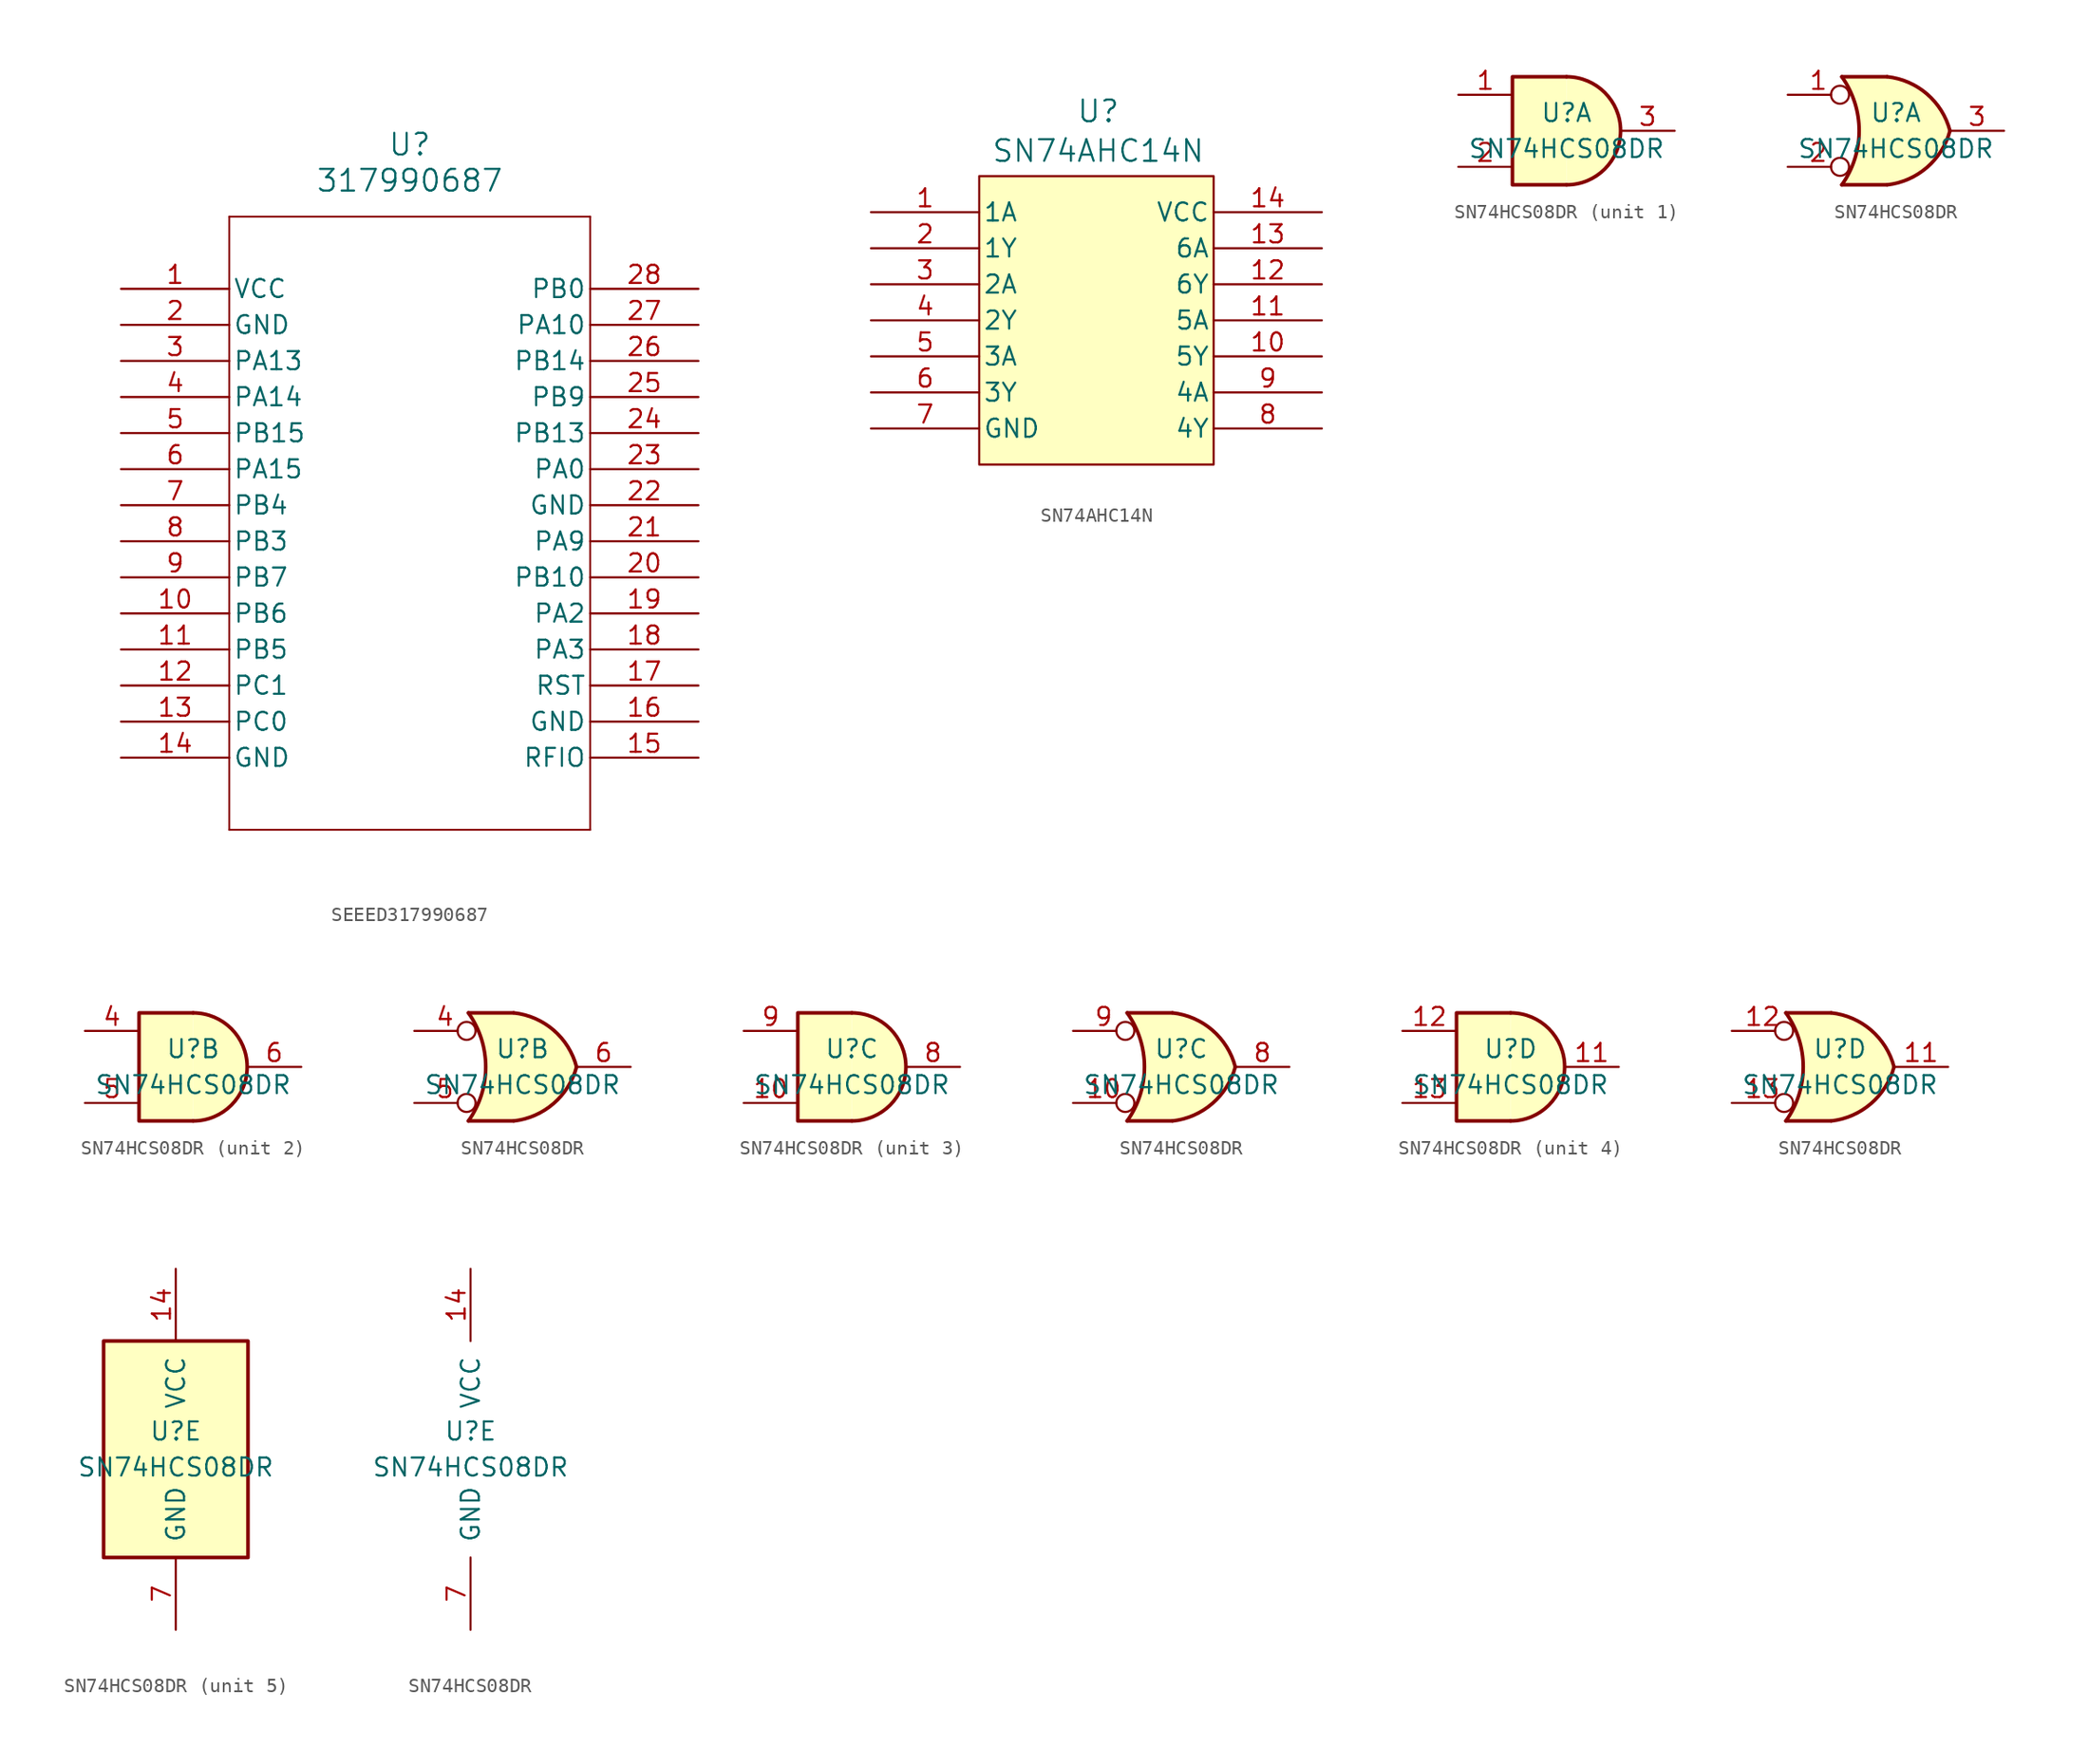
<source format=kicad_sym>
(kicad_symbol_lib
  (version 20241209)
  (generator "kicad_symbol_editor")
  (generator_version "9.0")
  (symbol "SEEED317990687"
    (pin_names
      (offset 0.254))
    (property "Reference" "U"
      (at 20.32 10.16 0)
      (effects (font (size 1.524 1.524))))
    (property "Value" "317990687"
      (at 20.32 7.62 0)
      (effects (font (size 1.524 1.524))))
    (symbol "SEEED317990687_1_1"
      (polyline (pts (xy 7.62 5.08) (xy 7.62 -38.1)) (stroke (width 0.127) (type default)) (fill (type none)))
      (polyline (pts (xy 7.62 -38.1) (xy 33.02 -38.1)) (stroke (width 0.127) (type default)) (fill (type none)))
      (polyline (pts (xy 33.02 5.08) (xy 7.62 5.08)) (stroke (width 0.127) (type default)) (fill (type none)))
      (polyline (pts (xy 33.02 -38.1) (xy 33.02 5.08)) (stroke (width 0.127) (type default)) (fill (type none)))
      (pin power_in line (at 0 0 0) (length 7.62) (name "VCC" (effects (font (size 1.27 1.27)))) (number "1" (effects (font (size 1.27 1.27)))))
      (pin power_out line (at 0 -2.54 0) (length 7.62) (name "GND" (effects (font (size 1.27 1.27)))) (number "2" (effects (font (size 1.27 1.27)))))
      (pin bidirectional line (at 0 -5.08 0) (length 7.62) (name "PA13" (effects (font (size 1.27 1.27)))) (number "3" (effects (font (size 1.27 1.27)))))
      (pin bidirectional line (at 0 -7.62 0) (length 7.62) (name "PA14" (effects (font (size 1.27 1.27)))) (number "4" (effects (font (size 1.27 1.27)))))
      (pin bidirectional line (at 0 -10.16 0) (length 7.62) (name "PB15" (effects (font (size 1.27 1.27)))) (number "5" (effects (font (size 1.27 1.27)))))
      (pin bidirectional line (at 0 -12.7 0) (length 7.62) (name "PA15" (effects (font (size 1.27 1.27)))) (number "6" (effects (font (size 1.27 1.27)))))
      (pin bidirectional line (at 0 -15.24 0) (length 7.62) (name "PB4" (effects (font (size 1.27 1.27)))) (number "7" (effects (font (size 1.27 1.27)))))
      (pin bidirectional line (at 0 -17.78 0) (length 7.62) (name "PB3" (effects (font (size 1.27 1.27)))) (number "8" (effects (font (size 1.27 1.27)))))
      (pin bidirectional line (at 0 -20.32 0) (length 7.62) (name "PB7" (effects (font (size 1.27 1.27)))) (number "9" (effects (font (size 1.27 1.27)))))
      (pin bidirectional line (at 0 -22.86 0) (length 7.62) (name "PB6" (effects (font (size 1.27 1.27)))) (number "10" (effects (font (size 1.27 1.27)))))
      (pin bidirectional line (at 0 -25.4 0) (length 7.62) (name "PB5" (effects (font (size 1.27 1.27)))) (number "11" (effects (font (size 1.27 1.27)))))
      (pin bidirectional line (at 0 -27.94 0) (length 7.62) (name "PC1" (effects (font (size 1.27 1.27)))) (number "12" (effects (font (size 1.27 1.27)))))
      (pin bidirectional line (at 0 -30.48 0) (length 7.62) (name "PC0" (effects (font (size 1.27 1.27)))) (number "13" (effects (font (size 1.27 1.27)))))
      (pin power_out line (at 0 -33.02 0) (length 7.62) (name "GND" (effects (font (size 1.27 1.27)))) (number "14" (effects (font (size 1.27 1.27)))))
      (pin bidirectional line (at 40.64 0 180) (length 7.62) (name "PB0" (effects (font (size 1.27 1.27)))) (number "28" (effects (font (size 1.27 1.27)))))
      (pin bidirectional line (at 40.64 -2.54 180) (length 7.62) (name "PA10" (effects (font (size 1.27 1.27)))) (number "27" (effects (font (size 1.27 1.27)))))
      (pin bidirectional line (at 40.64 -5.08 180) (length 7.62) (name "PB14" (effects (font (size 1.27 1.27)))) (number "26" (effects (font (size 1.27 1.27)))))
      (pin bidirectional line (at 40.64 -7.62 180) (length 7.62) (name "PB9" (effects (font (size 1.27 1.27)))) (number "25" (effects (font (size 1.27 1.27)))))
      (pin bidirectional line (at 40.64 -10.16 180) (length 7.62) (name "PB13" (effects (font (size 1.27 1.27)))) (number "24" (effects (font (size 1.27 1.27)))))
      (pin bidirectional line (at 40.64 -12.7 180) (length 7.62) (name "PA0" (effects (font (size 1.27 1.27)))) (number "23" (effects (font (size 1.27 1.27)))))
      (pin power_out line (at 40.64 -15.24 180) (length 7.62) (name "GND" (effects (font (size 1.27 1.27)))) (number "22" (effects (font (size 1.27 1.27)))))
      (pin bidirectional line (at 40.64 -17.78 180) (length 7.62) (name "PA9" (effects (font (size 1.27 1.27)))) (number "21" (effects (font (size 1.27 1.27)))))
      (pin bidirectional line (at 40.64 -20.32 180) (length 7.62) (name "PB10" (effects (font (size 1.27 1.27)))) (number "20" (effects (font (size 1.27 1.27)))))
      (pin bidirectional line (at 40.64 -22.86 180) (length 7.62) (name "PA2" (effects (font (size 1.27 1.27)))) (number "19" (effects (font (size 1.27 1.27)))))
      (pin bidirectional line (at 40.64 -25.4 180) (length 7.62) (name "PA3" (effects (font (size 1.27 1.27)))) (number "18" (effects (font (size 1.27 1.27)))))
      (pin unspecified line (at 40.64 -27.94 180) (length 7.62) (name "RST" (effects (font (size 1.27 1.27)))) (number "17" (effects (font (size 1.27 1.27)))))
      (pin power_out line (at 40.64 -30.48 180) (length 7.62) (name "GND" (effects (font (size 1.27 1.27)))) (number "16" (effects (font (size 1.27 1.27)))))
      (pin unspecified line (at 40.64 -33.02 180) (length 7.62) (name "RFIO" (effects (font (size 1.27 1.27)))) (number "15" (effects (font (size 1.27 1.27)))))))
  (symbol "SN74AHC14N"
    (pin_names
      (offset 0.254))
    (property "Reference" "U"
      (at 16.002 7.112 0)
      (effects (font (size 1.524 1.524))))
    (property "Value" "SN74AHC14N"
      (at 16.002 4.318 0)
      (effects (font (size 1.524 1.524))))
    (symbol "SN74AHC14N_0_1"
      (pin input line (at 0 0 0) (length 7.62) (name "1A" (effects (font (size 1.27 1.27)))) (number "1" (effects (font (size 1.27 1.27)))))
      (pin output line (at 0 -2.54 0) (length 7.62) (name "1Y" (effects (font (size 1.27 1.27)))) (number "2" (effects (font (size 1.27 1.27)))))
      (pin input line (at 0 -5.08 0) (length 7.62) (name "2A" (effects (font (size 1.27 1.27)))) (number "3" (effects (font (size 1.27 1.27)))))
      (pin output line (at 0 -7.62 0) (length 7.62) (name "2Y" (effects (font (size 1.27 1.27)))) (number "4" (effects (font (size 1.27 1.27)))))
      (pin input line (at 0 -10.16 0) (length 7.62) (name "3A" (effects (font (size 1.27 1.27)))) (number "5" (effects (font (size 1.27 1.27)))))
      (pin output line (at 0 -12.7 0) (length 7.62) (name "3Y" (effects (font (size 1.27 1.27)))) (number "6" (effects (font (size 1.27 1.27)))))
      (pin power_in line (at 0 -15.24 0) (length 7.62) (name "GND" (effects (font (size 1.27 1.27)))) (number "7" (effects (font (size 1.27 1.27)))))
      (pin power_in line (at 31.75 0 180) (length 7.62) (name "VCC" (effects (font (size 1.27 1.27)))) (number "14" (effects (font (size 1.27 1.27)))))
      (pin input line (at 31.75 -2.54 180) (length 7.62) (name "6A" (effects (font (size 1.27 1.27)))) (number "13" (effects (font (size 1.27 1.27)))))
      (pin output line (at 31.75 -5.08 180) (length 7.62) (name "6Y" (effects (font (size 1.27 1.27)))) (number "12" (effects (font (size 1.27 1.27)))))
      (pin input line (at 31.75 -7.62 180) (length 7.62) (name "5A" (effects (font (size 1.27 1.27)))) (number "11" (effects (font (size 1.27 1.27)))))
      (pin output line (at 31.75 -10.16 180) (length 7.62) (name "5Y" (effects (font (size 1.27 1.27)))) (number "10" (effects (font (size 1.27 1.27)))))
      (pin input line (at 31.75 -12.7 180) (length 7.62) (name "4A" (effects (font (size 1.27 1.27)))) (number "9" (effects (font (size 1.27 1.27)))))
      (pin output line (at 31.75 -15.24 180) (length 7.62) (name "4Y" (effects (font (size 1.27 1.27)))) (number "8" (effects (font (size 1.27 1.27))))))
    (symbol "SN74AHC14N_1_1"
      (rectangle (start 7.62 2.54) (end 24.13 -17.78) (stroke (width 0) (type default)) (fill (type background)))))
  (symbol "SN74HCS08DR"
    (pin_names
      (offset 1.016))
    (property "Reference" "U"
      (at 0 1.27 0)
      (effects (font (size 1.27 1.27))))
    (property "Value" "SN74HCS08DR"
      (at 0 -1.27 0)
      (effects (font (size 1.27 1.27))))
    (property "ki_locked" ""
      (at 0 0 0)
      (effects (font (size 1.27 1.27))))
    (symbol "SN74HCS08DR_1_1"
      (arc (start 0 3.81) (mid 3.7934 0) (end 0 -3.81) (stroke (width 0.254) (type default)) (fill (type background)))
      (polyline (pts (xy 0 3.81) (xy -3.81 3.81) (xy -3.81 -3.81) (xy 0 -3.81)) (stroke (width 0.254) (type default)) (fill (type background)))
      (pin input line (at -7.62 2.54 0) (length 3.81) (name "~" (effects (font (size 1.27 1.27)))) (number "1" (effects (font (size 1.27 1.27)))))
      (pin input line (at -7.62 -2.54 0) (length 3.81) (name "~" (effects (font (size 1.27 1.27)))) (number "2" (effects (font (size 1.27 1.27)))))
      (pin output line (at 7.62 0 180) (length 3.81) (name "~" (effects (font (size 1.27 1.27)))) (number "3" (effects (font (size 1.27 1.27))))))
    (symbol "SN74HCS08DR_1_2"
      (arc (start -3.81 3.81) (mid -2.589 0) (end -3.81 -3.81) (stroke (width 0.254) (type default)) (fill (type none)))
      (polyline (pts (xy -3.81 3.81) (xy -0.635 3.81)) (stroke (width 0.254) (type default)) (fill (type background)))
      (polyline (pts (xy -3.81 -3.81) (xy -0.635 -3.81)) (stroke (width 0.254) (type default)) (fill (type background)))
      (arc (start 3.81 0) (mid 2.1855 -2.584) (end -0.6096 -3.81) (stroke (width 0.254) (type default)) (fill (type background)))
      (arc (start -0.6096 3.81) (mid 2.1928 2.5924) (end 3.81 0) (stroke (width 0.254) (type default)) (fill (type background)))
      (polyline (pts (xy -0.635 3.81) (xy -3.81 3.81) (xy -3.81 3.81) (xy -3.556 3.404) (xy -3.023 2.261) (xy -2.692 1.041) (xy -2.616 -0.254) (xy -2.769 -1.499) (xy -3.175 -2.718) (xy -3.81 -3.81) (xy -3.81 -3.81) (xy -0.635 -3.81)) (stroke (width -25.4) (type default)) (fill (type background)))
      (pin input inverted (at -7.62 2.54 0) (length 4.318) (name "~" (effects (font (size 1.27 1.27)))) (number "1" (effects (font (size 1.27 1.27)))))
      (pin input inverted (at -7.62 -2.54 0) (length 4.318) (name "~" (effects (font (size 1.27 1.27)))) (number "2" (effects (font (size 1.27 1.27)))))
      (pin output line (at 7.62 0 180) (length 3.81) (name "~" (effects (font (size 1.27 1.27)))) (number "3" (effects (font (size 1.27 1.27))))))
    (symbol "SN74HCS08DR_2_1"
      (arc (start 0 3.81) (mid 3.7934 0) (end 0 -3.81) (stroke (width 0.254) (type default)) (fill (type background)))
      (polyline (pts (xy 0 3.81) (xy -3.81 3.81) (xy -3.81 -3.81) (xy 0 -3.81)) (stroke (width 0.254) (type default)) (fill (type background)))
      (pin input line (at -7.62 2.54 0) (length 3.81) (name "~" (effects (font (size 1.27 1.27)))) (number "4" (effects (font (size 1.27 1.27)))))
      (pin input line (at -7.62 -2.54 0) (length 3.81) (name "~" (effects (font (size 1.27 1.27)))) (number "5" (effects (font (size 1.27 1.27)))))
      (pin output line (at 7.62 0 180) (length 3.81) (name "~" (effects (font (size 1.27 1.27)))) (number "6" (effects (font (size 1.27 1.27))))))
    (symbol "SN74HCS08DR_2_2"
      (arc (start -3.81 3.81) (mid -2.589 0) (end -3.81 -3.81) (stroke (width 0.254) (type default)) (fill (type none)))
      (polyline (pts (xy -3.81 3.81) (xy -0.635 3.81)) (stroke (width 0.254) (type default)) (fill (type background)))
      (polyline (pts (xy -3.81 -3.81) (xy -0.635 -3.81)) (stroke (width 0.254) (type default)) (fill (type background)))
      (arc (start 3.81 0) (mid 2.1855 -2.584) (end -0.6096 -3.81) (stroke (width 0.254) (type default)) (fill (type background)))
      (arc (start -0.6096 3.81) (mid 2.1928 2.5924) (end 3.81 0) (stroke (width 0.254) (type default)) (fill (type background)))
      (polyline (pts (xy -0.635 3.81) (xy -3.81 3.81) (xy -3.81 3.81) (xy -3.556 3.404) (xy -3.023 2.261) (xy -2.692 1.041) (xy -2.616 -0.254) (xy -2.769 -1.499) (xy -3.175 -2.718) (xy -3.81 -3.81) (xy -3.81 -3.81) (xy -0.635 -3.81)) (stroke (width -25.4) (type default)) (fill (type background)))
      (pin input inverted (at -7.62 2.54 0) (length 4.318) (name "~" (effects (font (size 1.27 1.27)))) (number "4" (effects (font (size 1.27 1.27)))))
      (pin input inverted (at -7.62 -2.54 0) (length 4.318) (name "~" (effects (font (size 1.27 1.27)))) (number "5" (effects (font (size 1.27 1.27)))))
      (pin output line (at 7.62 0 180) (length 3.81) (name "~" (effects (font (size 1.27 1.27)))) (number "6" (effects (font (size 1.27 1.27))))))
    (symbol "SN74HCS08DR_3_1"
      (arc (start 0 3.81) (mid 3.7934 0) (end 0 -3.81) (stroke (width 0.254) (type default)) (fill (type background)))
      (polyline (pts (xy 0 3.81) (xy -3.81 3.81) (xy -3.81 -3.81) (xy 0 -3.81)) (stroke (width 0.254) (type default)) (fill (type background)))
      (pin input line (at -7.62 2.54 0) (length 3.81) (name "~" (effects (font (size 1.27 1.27)))) (number "9" (effects (font (size 1.27 1.27)))))
      (pin input line (at -7.62 -2.54 0) (length 3.81) (name "~" (effects (font (size 1.27 1.27)))) (number "10" (effects (font (size 1.27 1.27)))))
      (pin output line (at 7.62 0 180) (length 3.81) (name "~" (effects (font (size 1.27 1.27)))) (number "8" (effects (font (size 1.27 1.27))))))
    (symbol "SN74HCS08DR_3_2"
      (arc (start -3.81 3.81) (mid -2.589 0) (end -3.81 -3.81) (stroke (width 0.254) (type default)) (fill (type none)))
      (polyline (pts (xy -3.81 3.81) (xy -0.635 3.81)) (stroke (width 0.254) (type default)) (fill (type background)))
      (polyline (pts (xy -3.81 -3.81) (xy -0.635 -3.81)) (stroke (width 0.254) (type default)) (fill (type background)))
      (arc (start 3.81 0) (mid 2.1855 -2.584) (end -0.6096 -3.81) (stroke (width 0.254) (type default)) (fill (type background)))
      (arc (start -0.6096 3.81) (mid 2.1928 2.5924) (end 3.81 0) (stroke (width 0.254) (type default)) (fill (type background)))
      (polyline (pts (xy -0.635 3.81) (xy -3.81 3.81) (xy -3.81 3.81) (xy -3.556 3.404) (xy -3.023 2.261) (xy -2.692 1.041) (xy -2.616 -0.254) (xy -2.769 -1.499) (xy -3.175 -2.718) (xy -3.81 -3.81) (xy -3.81 -3.81) (xy -0.635 -3.81)) (stroke (width -25.4) (type default)) (fill (type background)))
      (pin input inverted (at -7.62 2.54 0) (length 4.318) (name "~" (effects (font (size 1.27 1.27)))) (number "9" (effects (font (size 1.27 1.27)))))
      (pin input inverted (at -7.62 -2.54 0) (length 4.318) (name "~" (effects (font (size 1.27 1.27)))) (number "10" (effects (font (size 1.27 1.27)))))
      (pin output line (at 7.62 0 180) (length 3.81) (name "~" (effects (font (size 1.27 1.27)))) (number "8" (effects (font (size 1.27 1.27))))))
    (symbol "SN74HCS08DR_4_1"
      (arc (start 0 3.81) (mid 3.7934 0) (end 0 -3.81) (stroke (width 0.254) (type default)) (fill (type background)))
      (polyline (pts (xy 0 3.81) (xy -3.81 3.81) (xy -3.81 -3.81) (xy 0 -3.81)) (stroke (width 0.254) (type default)) (fill (type background)))
      (pin input line (at -7.62 2.54 0) (length 3.81) (name "~" (effects (font (size 1.27 1.27)))) (number "12" (effects (font (size 1.27 1.27)))))
      (pin input line (at -7.62 -2.54 0) (length 3.81) (name "~" (effects (font (size 1.27 1.27)))) (number "13" (effects (font (size 1.27 1.27)))))
      (pin output line (at 7.62 0 180) (length 3.81) (name "~" (effects (font (size 1.27 1.27)))) (number "11" (effects (font (size 1.27 1.27))))))
    (symbol "SN74HCS08DR_4_2"
      (arc (start -3.81 3.81) (mid -2.589 0) (end -3.81 -3.81) (stroke (width 0.254) (type default)) (fill (type none)))
      (polyline (pts (xy -3.81 3.81) (xy -0.635 3.81)) (stroke (width 0.254) (type default)) (fill (type background)))
      (polyline (pts (xy -3.81 -3.81) (xy -0.635 -3.81)) (stroke (width 0.254) (type default)) (fill (type background)))
      (arc (start 3.81 0) (mid 2.1855 -2.584) (end -0.6096 -3.81) (stroke (width 0.254) (type default)) (fill (type background)))
      (arc (start -0.6096 3.81) (mid 2.1928 2.5924) (end 3.81 0) (stroke (width 0.254) (type default)) (fill (type background)))
      (polyline (pts (xy -0.635 3.81) (xy -3.81 3.81) (xy -3.81 3.81) (xy -3.556 3.404) (xy -3.023 2.261) (xy -2.692 1.041) (xy -2.616 -0.254) (xy -2.769 -1.499) (xy -3.175 -2.718) (xy -3.81 -3.81) (xy -3.81 -3.81) (xy -0.635 -3.81)) (stroke (width -25.4) (type default)) (fill (type background)))
      (pin input inverted (at -7.62 2.54 0) (length 4.318) (name "~" (effects (font (size 1.27 1.27)))) (number "12" (effects (font (size 1.27 1.27)))))
      (pin input inverted (at -7.62 -2.54 0) (length 4.318) (name "~" (effects (font (size 1.27 1.27)))) (number "13" (effects (font (size 1.27 1.27)))))
      (pin output line (at 7.62 0 180) (length 3.81) (name "~" (effects (font (size 1.27 1.27)))) (number "11" (effects (font (size 1.27 1.27))))))
    (symbol "SN74HCS08DR_5_0"
      (pin power_in line (at 0 12.7 270) (length 5.08) (name "VCC" (effects (font (size 1.27 1.27)))) (number "14" (effects (font (size 1.27 1.27)))))
      (pin power_in line (at 0 -12.7 90) (length 5.08) (name "GND" (effects (font (size 1.27 1.27)))) (number "7" (effects (font (size 1.27 1.27))))))
    (symbol "SN74HCS08DR_5_1"
      (rectangle (start -5.08 7.62) (end 5.08 -7.62) (stroke (width 0.254) (type default)) (fill (type background))))))
</source>
